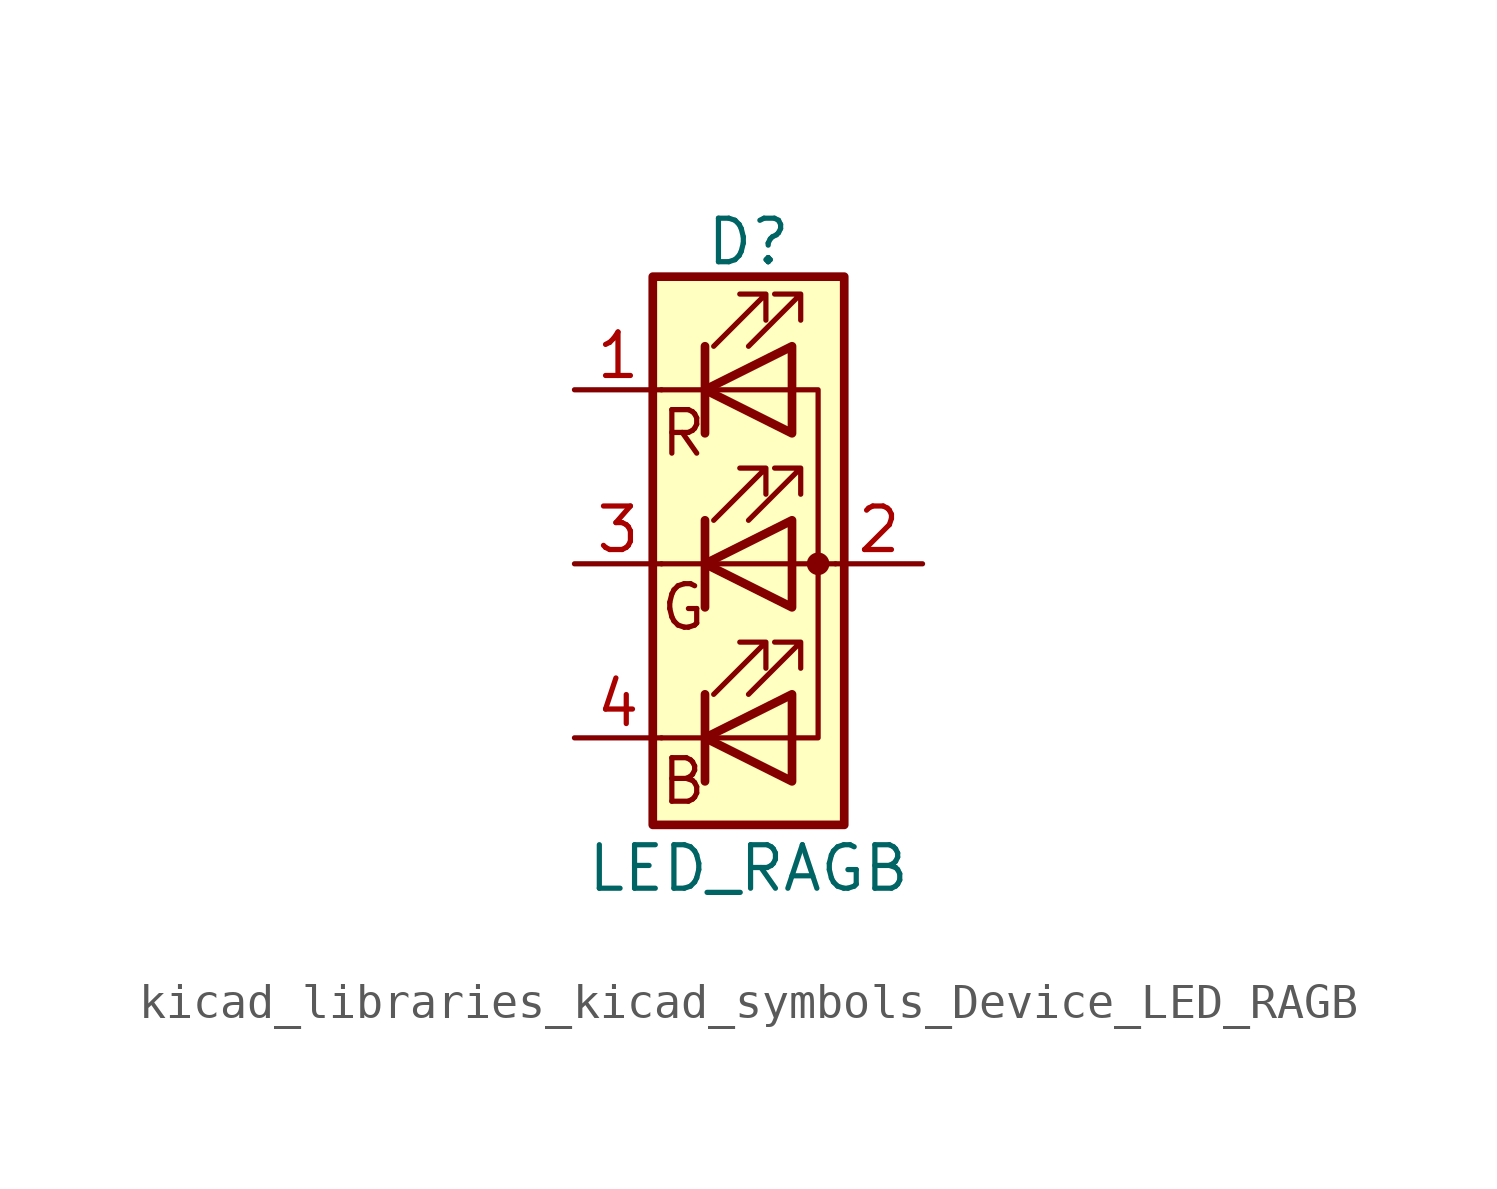
<source format=kicad_sym>
(kicad_symbol_lib
  (version 20220914)
  (generator kicad_symbol_editor)
  (symbol "kicad_libraries_kicad_symbols_Device_LED_RAGB"
    (pin_names
      (offset 0) hide)
    (property "Reference" "D"
      (at 0 9.398 0)
      (effects (font (size 1.27 1.27))))
    (property "Value" "LED_RAGB"
      (at 0 -8.89 0)
      (effects (font (size 1.27 1.27))))
    (symbol "kicad_libraries_kicad_symbols_Device_LED_RAGB_0_0"
      (text "B" (at -1.905 -6.35 0) (effects (font (size 1.27 1.27))))
      (text "G" (at -1.905 -1.27 0) (effects (font (size 1.27 1.27))))
      (text "R" (at -1.905 3.81 0) (effects (font (size 1.27 1.27)))))
    (symbol "kicad_libraries_kicad_symbols_Device_LED_RAGB_0_1"
      (polyline (pts (xy -1.27 -5.08) (xy -2.54 -5.08)) (stroke (width 0) (type default)) (fill (type none)))
      (polyline (pts (xy -1.27 -5.08) (xy 1.27 -5.08)) (stroke (width 0) (type default)) (fill (type none)))
      (polyline (pts (xy -1.27 -3.81) (xy -1.27 -6.35)) (stroke (width 0.254) (type default)) (fill (type none)))
      (polyline (pts (xy -1.27 0) (xy -2.54 0)) (stroke (width 0) (type default)) (fill (type none)))
      (polyline (pts (xy -1.27 1.27) (xy -1.27 -1.27)) (stroke (width 0.254) (type default)) (fill (type none)))
      (polyline (pts (xy -1.27 5.08) (xy -2.54 5.08)) (stroke (width 0) (type default)) (fill (type none)))
      (polyline (pts (xy -1.27 5.08) (xy 1.27 5.08)) (stroke (width 0) (type default)) (fill (type none)))
      (polyline (pts (xy -1.27 6.35) (xy -1.27 3.81)) (stroke (width 0.254) (type default)) (fill (type none)))
      (polyline (pts (xy 1.27 0) (xy -1.27 0)) (stroke (width 0) (type default)) (fill (type none)))
      (polyline (pts (xy 1.27 0) (xy 2.54 0)) (stroke (width 0) (type default)) (fill (type none)))
      (polyline (pts (xy -1.27 1.27) (xy -1.27 -1.27) (xy -1.27 -1.27)) (stroke (width 0) (type default)) (fill (type none)))
      (polyline (pts (xy -1.27 6.35) (xy -1.27 3.81) (xy -1.27 3.81)) (stroke (width 0) (type default)) (fill (type none)))
      (polyline (pts (xy 1.27 -5.08) (xy 2.032 -5.08) (xy 2.032 5.08) (xy 1.27 5.08)) (stroke (width 0) (type default)) (fill (type none)))
      (polyline (pts (xy 1.27 -3.81) (xy 1.27 -6.35) (xy -1.27 -5.08) (xy 1.27 -3.81)) (stroke (width 0.254) (type default)) (fill (type none)))
      (polyline (pts (xy 1.27 1.27) (xy 1.27 -1.27) (xy -1.27 0) (xy 1.27 1.27)) (stroke (width 0.254) (type default)) (fill (type none)))
      (polyline (pts (xy 1.27 6.35) (xy 1.27 3.81) (xy -1.27 5.08) (xy 1.27 6.35)) (stroke (width 0.254) (type default)) (fill (type none)))
      (polyline (pts (xy -1.016 -3.81) (xy 0.508 -2.286) (xy -0.254 -2.286) (xy 0.508 -2.286) (xy 0.508 -3.048)) (stroke (width 0) (type default)) (fill (type none)))
      (polyline (pts (xy -1.016 1.27) (xy 0.508 2.794) (xy -0.254 2.794) (xy 0.508 2.794) (xy 0.508 2.032)) (stroke (width 0) (type default)) (fill (type none)))
      (polyline (pts (xy -1.016 6.35) (xy 0.508 7.874) (xy -0.254 7.874) (xy 0.508 7.874) (xy 0.508 7.112)) (stroke (width 0) (type default)) (fill (type none)))
      (polyline (pts (xy 0 -3.81) (xy 1.524 -2.286) (xy 0.762 -2.286) (xy 1.524 -2.286) (xy 1.524 -3.048)) (stroke (width 0) (type default)) (fill (type none)))
      (polyline (pts (xy 0 1.27) (xy 1.524 2.794) (xy 0.762 2.794) (xy 1.524 2.794) (xy 1.524 2.032)) (stroke (width 0) (type default)) (fill (type none)))
      (polyline (pts (xy 0 6.35) (xy 1.524 7.874) (xy 0.762 7.874) (xy 1.524 7.874) (xy 1.524 7.112)) (stroke (width 0) (type default)) (fill (type none)))
      (rectangle (start 1.27 -1.27) (end 1.27 1.27) (stroke (width 0) (type default)) (fill (type none)))
      (rectangle (start 1.27 1.27) (end 1.27 1.27) (stroke (width 0) (type default)) (fill (type none)))
      (rectangle (start 1.27 3.81) (end 1.27 6.35) (stroke (width 0) (type default)) (fill (type none)))
      (rectangle (start 1.27 6.35) (end 1.27 6.35) (stroke (width 0) (type default)) (fill (type none)))
      (circle (center 2.032 0) (radius 0.254) (stroke (width 0) (type default)) (fill (type outline)))
      (rectangle (start 2.794 8.382) (end -2.794 -7.62) (stroke (width 0.254) (type default)) (fill (type background))))
    (symbol "kicad_libraries_kicad_symbols_Device_LED_RAGB_1_1"
      (pin passive line (at -5.08 5.08 0) (length 2.54) (name "RK" (effects (font (size 1.27 1.27)))) (number "1" (effects (font (size 1.27 1.27)))))
      (pin passive line (at 5.08 0 180) (length 2.54) (name "A" (effects (font (size 1.27 1.27)))) (number "2" (effects (font (size 1.27 1.27)))))
      (pin passive line (at -5.08 0 0) (length 2.54) (name "GK" (effects (font (size 1.27 1.27)))) (number "3" (effects (font (size 1.27 1.27)))))
      (pin passive line (at -5.08 -5.08 0) (length 2.54) (name "BK" (effects (font (size 1.27 1.27)))) (number "4" (effects (font (size 1.27 1.27))))))))
</source>
